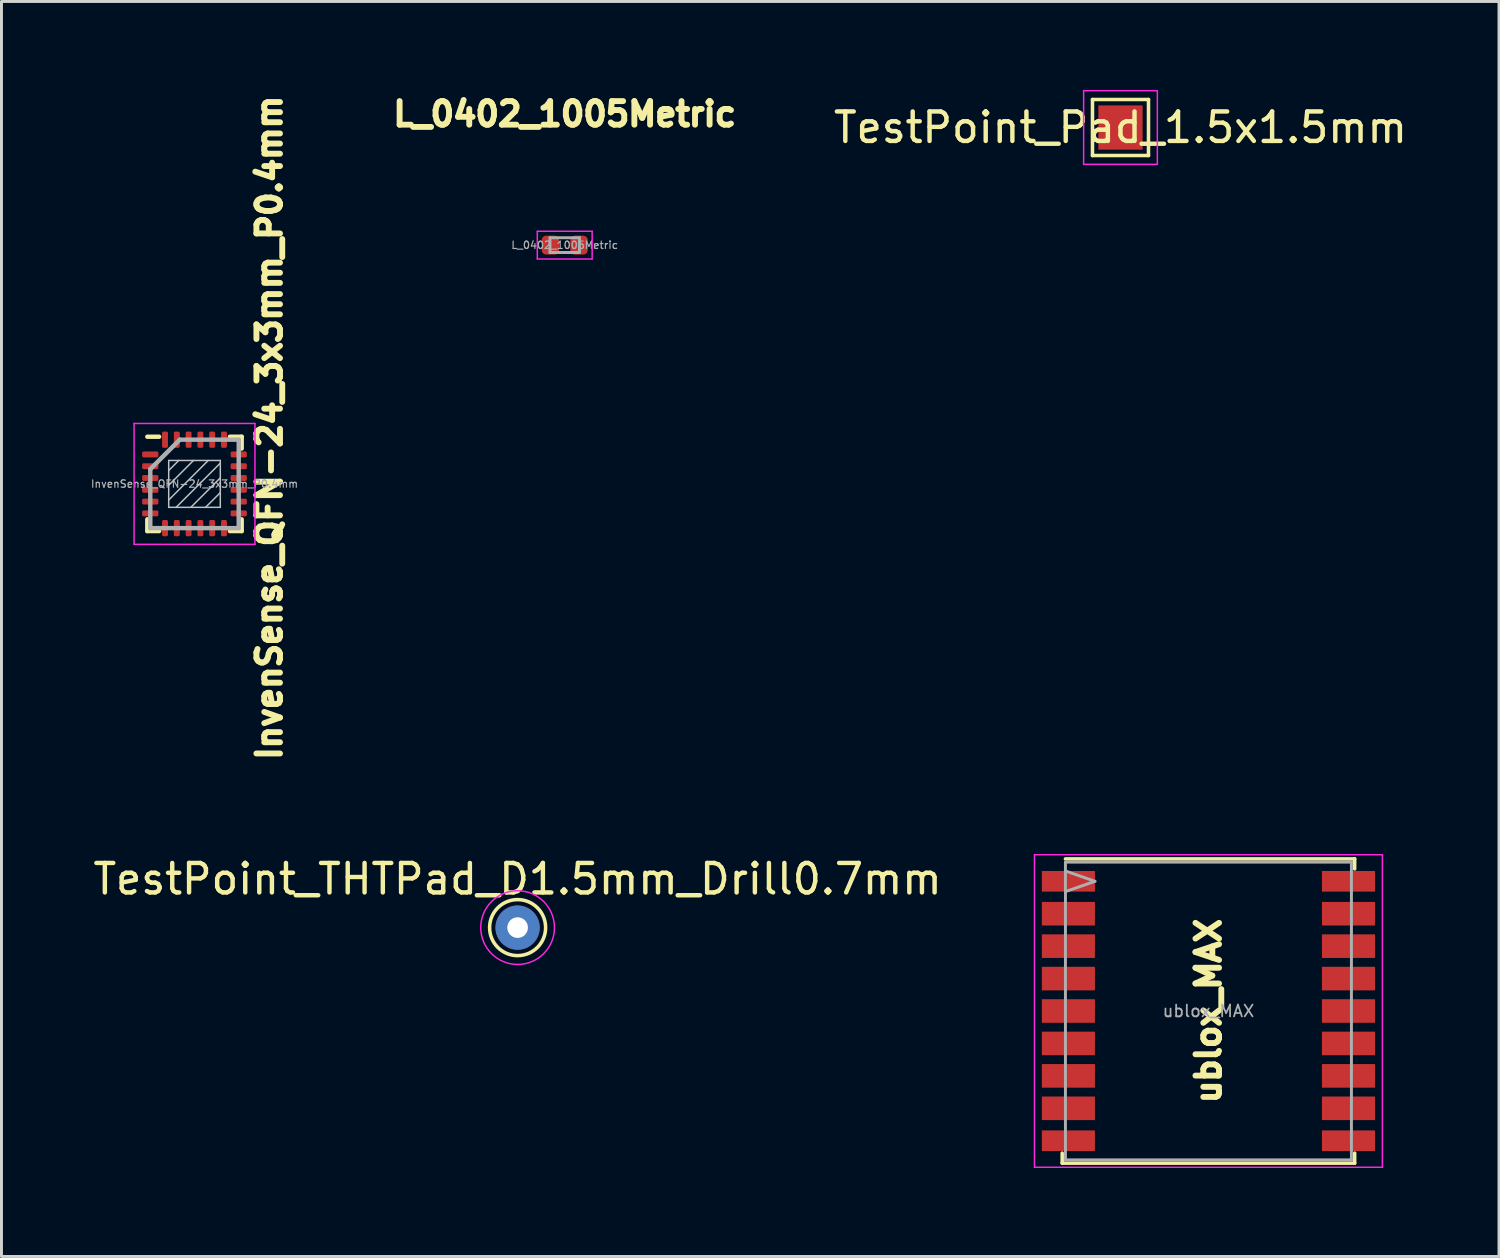
<source format=kicad_pcb>
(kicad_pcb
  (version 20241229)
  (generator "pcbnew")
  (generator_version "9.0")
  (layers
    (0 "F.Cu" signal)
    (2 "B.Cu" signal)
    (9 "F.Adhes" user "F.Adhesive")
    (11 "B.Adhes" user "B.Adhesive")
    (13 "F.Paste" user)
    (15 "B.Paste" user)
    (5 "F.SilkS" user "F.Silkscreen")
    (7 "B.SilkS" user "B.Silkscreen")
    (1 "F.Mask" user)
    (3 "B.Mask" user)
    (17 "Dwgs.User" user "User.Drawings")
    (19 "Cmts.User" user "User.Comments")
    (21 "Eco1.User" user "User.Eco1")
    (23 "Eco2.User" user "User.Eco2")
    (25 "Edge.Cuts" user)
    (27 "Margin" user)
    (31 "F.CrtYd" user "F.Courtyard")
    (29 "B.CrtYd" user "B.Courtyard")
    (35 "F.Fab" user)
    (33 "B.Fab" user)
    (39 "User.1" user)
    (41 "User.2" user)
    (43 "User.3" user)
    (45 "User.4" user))
  (footprint "TestPoint_THTPad_D1.5mm_Drill0.7mm"
    (layer "F.Cu")
    (at 14.506 28.412)
    (property "Reference" "TestPoint_THTPad_D1.5mm_Drill0.7mm" (at 0 -1.648 0) (layer "F.SilkS") (effects (font (size 1 1) (thickness 0.15))))
    (attr exclude_from_pos_files exclude_from_bom)
    (fp_circle (center 0 0) (end 0 0.95) (stroke (width 0.12) (type solid)) (fill no) (layer "F.SilkS"))
    (fp_circle (center 0 0) (end 1.25 0) (stroke (width 0.05) (type solid)) (fill no) (layer "F.CrtYd"))
    (pad "1" thru_hole circle (at 0 0) (size 1.5 1.5) (drill 0.7) (layers "*.Cu" "*.Mask")))
  (footprint "ublox_MAX"
    (layer "F.Cu")
    (at 37.937 31.241)
    (property "Reference" "ublox_MAX" (at 0 0 90) (unlocked yes) (layer "F.SilkS") (effects (font (size 0.8 0.8) (thickness 0.2))))
    (attr smd)
    (fp_line (start -4.96 4.82) (end -4.96 5.16) (stroke (width 0.12) (type solid)) (layer "F.SilkS"))
    (fp_line (start -4.96 5.16) (end 4.96 5.16) (stroke (width 0.12) (type solid)) (layer "F.SilkS"))
    (fp_line (start -4.85 -5.16) (end 4.96 -5.16) (stroke (width 0.12) (type solid)) (layer "F.SilkS"))
    (fp_line (start 4.96 -5.16) (end 4.96 -4.82) (stroke (width 0.12) (type solid)) (layer "F.SilkS"))
    (fp_line (start 4.96 4.82) (end 4.96 5.16) (stroke (width 0.12) (type solid)) (layer "F.SilkS"))
    (fp_line (start -5.9 -5.3) (end -5.9 5.3) (stroke (width 0.05) (type solid)) (layer "F.CrtYd"))
    (fp_line (start -5.9 -5.3) (end 5.9 -5.3) (stroke (width 0.05) (type solid)) (layer "F.CrtYd"))
    (fp_line (start -5.9 5.3) (end 5.9 5.3) (stroke (width 0.05) (type solid)) (layer "F.CrtYd"))
    (fp_line (start 5.9 -5.3) (end 5.9 5.3) (stroke (width 0.05) (type solid)) (layer "F.CrtYd"))
    (fp_line (start -4.85 -5.05) (end -4.85 5.05) (stroke (width 0.1) (type solid)) (layer "F.Fab"))
    (fp_line (start -4.85 -5.05) (end 4.85 -5.05) (stroke (width 0.1) (type solid)) (layer "F.Fab"))
    (fp_line (start -4.85 -4.75) (end -3.85 -4.4) (stroke (width 0.1) (type solid)) (layer "F.Fab"))
    (fp_line (start -4.85 5.05) (end 4.85 5.05) (stroke (width 0.1) (type solid)) (layer "F.Fab"))
    (fp_line (start -3.85 -4.4) (end -4.85 -4.05) (stroke (width 0.1) (type solid)) (layer "F.Fab"))
    (fp_line (start 4.85 -5.05) (end 4.85 5.05) (stroke (width 0.1) (type solid)) (layer "F.Fab"))
    (fp_text user "${REFERENCE}" (at 0 0 0) (layer "F.Fab") (effects (font (size 0.4 0.4) (thickness 0.06))))
    (pad "1" smd rect (at -4.75 -4.4) (size 1.8 0.7) (layers "F.Cu" "F.Mask" "F.Paste"))
    (pad "2" smd rect (at -4.75 -3.3) (size 1.8 0.8) (layers "F.Cu" "F.Mask" "F.Paste"))
    (pad "3" smd rect (at -4.75 -2.2) (size 1.8 0.8) (layers "F.Cu" "F.Mask" "F.Paste"))
    (pad "4" smd rect (at -4.75 -1.1) (size 1.8 0.8) (layers "F.Cu" "F.Mask" "F.Paste"))
    (pad "5" smd rect (at -4.75 0) (size 1.8 0.8) (layers "F.Cu" "F.Mask" "F.Paste"))
    (pad "6" smd rect (at -4.75 1.1) (size 1.8 0.8) (layers "F.Cu" "F.Mask" "F.Paste"))
    (pad "7" smd rect (at -4.75 2.2) (size 1.8 0.8) (layers "F.Cu" "F.Mask" "F.Paste"))
    (pad "8" smd rect (at -4.75 3.3) (size 1.8 0.8) (layers "F.Cu" "F.Mask" "F.Paste"))
    (pad "9" smd rect (at -4.75 4.4) (size 1.8 0.7) (layers "F.Cu" "F.Mask" "F.Paste"))
    (pad "10" smd rect (at 4.75 4.4) (size 1.8 0.7) (layers "F.Cu" "F.Mask" "F.Paste"))
    (pad "11" smd rect (at 4.75 3.3) (size 1.8 0.8) (layers "F.Cu" "F.Mask" "F.Paste"))
    (pad "12" smd rect (at 4.75 2.2) (size 1.8 0.8) (layers "F.Cu" "F.Mask" "F.Paste"))
    (pad "13" smd rect (at 4.75 1.1) (size 1.8 0.8) (layers "F.Cu" "F.Mask" "F.Paste"))
    (pad "14" smd rect (at 4.75 0) (size 1.8 0.8) (layers "F.Cu" "F.Mask" "F.Paste"))
    (pad "15" smd rect (at 4.75 -1.1) (size 1.8 0.8) (layers "F.Cu" "F.Mask" "F.Paste"))
    (pad "16" smd rect (at 4.75 -2.2) (size 1.8 0.8) (layers "F.Cu" "F.Mask" "F.Paste"))
    (pad "17" smd rect (at 4.75 -3.3) (size 1.8 0.8) (layers "F.Cu" "F.Mask" "F.Paste"))
    (pad "18" smd rect (at 4.75 -4.4) (size 1.8 0.7) (layers "F.Cu" "F.Mask" "F.Paste")))
  (footprint "L_0402_1005Metric"
    (layer "F.Cu")
    (at 16.104 5.264)
    (property "Reference" "L_0402_1005Metric" (at 0 -4.445 0) (layer "F.SilkS") (effects (font (size 0.8 0.8) (thickness 0.2))))
    (attr smd)
    (fp_line (start -0.93 -0.47) (end 0.93 -0.47) (stroke (width 0.05) (type solid)) (layer "F.CrtYd"))
    (fp_line (start -0.93 0.47) (end -0.93 -0.47) (stroke (width 0.05) (type solid)) (layer "F.CrtYd"))
    (fp_line (start 0.93 -0.47) (end 0.93 0.47) (stroke (width 0.05) (type solid)) (layer "F.CrtYd"))
    (fp_line (start 0.93 0.47) (end -0.93 0.47) (stroke (width 0.05) (type solid)) (layer "F.CrtYd"))
    (fp_line (start -0.5 -0.25) (end 0.5 -0.25) (stroke (width 0.1) (type solid)) (layer "F.Fab"))
    (fp_line (start -0.5 0.25) (end -0.5 -0.25) (stroke (width 0.1) (type solid)) (layer "F.Fab"))
    (fp_line (start 0.5 -0.25) (end 0.5 0.25) (stroke (width 0.1) (type solid)) (layer "F.Fab"))
    (fp_line (start 0.5 0.25) (end -0.5 0.25) (stroke (width 0.1) (type solid)) (layer "F.Fab"))
    (fp_text user "${REFERENCE}" (at 0 0 0) (layer "F.Fab") (effects (font (size 0.25 0.25) (thickness 0.04))))
    (pad "1" smd roundrect (at -0.485 0) (size 0.59 0.64) (layers "F.Cu" "F.Mask" "F.Paste") (roundrect_rratio 0.25))
    (pad "2" smd roundrect (at 0.485 0) (size 0.59 0.64) (layers "F.Cu" "F.Mask" "F.Paste") (roundrect_rratio 0.25)))
  (footprint "TestPoint_Pad_1.5x1.5mm"
    (layer "F.Cu")
    (at 34.954 1.275)
    (property "Reference" "TestPoint_Pad_1.5x1.5mm" (at 0 0 0) (layer "F.SilkS") (effects (font (size 1 1) (thickness 0.15))))
    (attr exclude_from_pos_files exclude_from_bom)
    (fp_line (start -0.95 -0.95) (end 0.95 -0.95) (stroke (width 0.12) (type solid)) (layer "F.SilkS"))
    (fp_line (start -0.95 0.95) (end -0.95 -0.95) (stroke (width 0.12) (type solid)) (layer "F.SilkS"))
    (fp_line (start 0.95 -0.95) (end 0.95 0.95) (stroke (width 0.12) (type solid)) (layer "F.SilkS"))
    (fp_line (start 0.95 0.95) (end -0.95 0.95) (stroke (width 0.12) (type solid)) (layer "F.SilkS"))
    (fp_line (start -1.25 -1.25) (end -1.25 1.25) (stroke (width 0.05) (type solid)) (layer "F.CrtYd"))
    (fp_line (start -1.25 -1.25) (end 1.25 -1.25) (stroke (width 0.05) (type solid)) (layer "F.CrtYd"))
    (fp_line (start 1.25 1.25) (end -1.25 1.25) (stroke (width 0.05) (type solid)) (layer "F.CrtYd"))
    (fp_line (start 1.25 1.25) (end 1.25 -1.25) (stroke (width 0.05) (type solid)) (layer "F.CrtYd"))
    (pad "1" smd rect (at 0 0) (size 1.5 1.5) (layers "F.Cu" "F.Mask")))
  (footprint "InvenSense_QFN-24_3x3mm_P0.4mm"
    (layer "F.Cu")
    (at 3.547 13.363)
    (property "Reference" "InvenSense_QFN-24_3x3mm_P0.4mm" (at 2.54 -1.905 90) (layer "F.SilkS") (effects (font (size 0.8 0.8) (thickness 0.2))))
    (attr smd)
    (fp_line (start -1.6 -1.6) (end -1.2 -1.6) (stroke (width 0.15) (type solid)) (layer "F.SilkS"))
    (fp_line (start -1.6 1.6) (end -1.6 1.2) (stroke (width 0.15) (type solid)) (layer "F.SilkS"))
    (fp_line (start -1.6 1.6) (end -1.2 1.6) (stroke (width 0.15) (type solid)) (layer "F.SilkS"))
    (fp_line (start 1.6 -1.6) (end 1.2 -1.6) (stroke (width 0.15) (type solid)) (layer "F.SilkS"))
    (fp_line (start 1.6 -1.6) (end 1.6 -1.2) (stroke (width 0.15) (type solid)) (layer "F.SilkS"))
    (fp_line (start 1.6 1.6) (end 1.2 1.6) (stroke (width 0.15) (type solid)) (layer "F.SilkS"))
    (fp_line (start 1.6 1.6) (end 1.6 1.2) (stroke (width 0.15) (type solid)) (layer "F.SilkS"))
    (fp_line (start -0.875 -0.795) (end -0.875 0.795) (stroke (width 0.05) (type solid)) (layer "Dwgs.User"))
    (fp_line (start -0.875 -0.795) (end 0.875 -0.795) (stroke (width 0.05) (type solid)) (layer "Dwgs.User"))
    (fp_line (start -0.875 0.795) (end 0.875 0.795) (stroke (width 0.05) (type solid)) (layer "Dwgs.User"))
    (fp_line (start -0.535 -0.795) (end -0.875 -0.455) (stroke (width 0.05) (type solid)) (layer "Dwgs.User"))
    (fp_line (start -0.035 -0.795) (end -0.875 0.045) (stroke (width 0.05) (type solid)) (layer "Dwgs.User"))
    (fp_line (start 0.465 -0.795) (end -0.875 0.545) (stroke (width 0.05) (type solid)) (layer "Dwgs.User"))
    (fp_line (start 0.875 -0.795) (end 0.875 0.795) (stroke (width 0.05) (type solid)) (layer "Dwgs.User"))
    (fp_line (start 0.875 -0.705) (end -0.625 0.795) (stroke (width 0.05) (type solid)) (layer "Dwgs.User"))
    (fp_line (start 0.875 -0.205) (end -0.125 0.795) (stroke (width 0.05) (type solid)) (layer "Dwgs.User"))
    (fp_line (start 0.875 0.295) (end 0.375 0.795) (stroke (width 0.05) (type solid)) (layer "Dwgs.User"))
    (fp_line (start -2.05 -2.05) (end 2.05 -2.05) (stroke (width 0.05) (type solid)) (layer "F.CrtYd"))
    (fp_line (start -2.05 2.05) (end -2.05 -2.05) (stroke (width 0.05) (type solid)) (layer "F.CrtYd"))
    (fp_line (start 2.05 -2.05) (end 2.05 2.05) (stroke (width 0.05) (type solid)) (layer "F.CrtYd"))
    (fp_line (start 2.05 2.05) (end -2.05 2.05) (stroke (width 0.05) (type solid)) (layer "F.CrtYd"))
    (fp_line (start -1.5 -0.5) (end -0.5 -1.5) (stroke (width 0.15) (type solid)) (layer "F.Fab"))
    (fp_line (start -1.5 1.5) (end -1.5 -0.5) (stroke (width 0.15) (type solid)) (layer "F.Fab"))
    (fp_line (start -0.5 -1.5) (end 1.5 -1.5) (stroke (width 0.15) (type solid)) (layer "F.Fab"))
    (fp_line (start 1.5 -1.5) (end 1.5 1.5) (stroke (width 0.15) (type solid)) (layer "F.Fab"))
    (fp_line (start 1.5 1.5) (end -1.5 1.5) (stroke (width 0.15) (type solid)) (layer "F.Fab"))
    (fp_text user "${REFERENCE}" (at 0 0 180) (layer "F.Fab") (effects (font (size 0.25 0.25) (thickness 0.04))))
    (pad "1" smd roundrect (at -1.5 -1) (size 0.55 0.2) (layers "F.Cu" "F.Mask" "F.Paste") (roundrect_rratio 0.25))
    (pad "2" smd roundrect (at -1.5 -0.6) (size 0.55 0.2) (layers "F.Cu" "F.Mask" "F.Paste") (roundrect_rratio 0.25))
    (pad "3" smd roundrect (at -1.5 -0.2) (size 0.55 0.2) (layers "F.Cu" "F.Mask" "F.Paste") (roundrect_rratio 0.25))
    (pad "4" smd roundrect (at -1.5 0.2) (size 0.55 0.2) (layers "F.Cu" "F.Mask" "F.Paste") (roundrect_rratio 0.25))
    (pad "5" smd roundrect (at -1.5 0.6) (size 0.55 0.2) (layers "F.Cu" "F.Mask" "F.Paste") (roundrect_rratio 0.25))
    (pad "6" smd roundrect (at -1.5 1) (size 0.55 0.2) (layers "F.Cu" "F.Mask" "F.Paste") (roundrect_rratio 0.25))
    (pad "7" smd roundrect (at -1 1.5 90) (size 0.55 0.2) (layers "F.Cu" "F.Mask" "F.Paste") (roundrect_rratio 0.25))
    (pad "8" smd roundrect (at -0.6 1.5 90) (size 0.55 0.2) (layers "F.Cu" "F.Mask" "F.Paste") (roundrect_rratio 0.25))
    (pad "9" smd roundrect (at -0.2 1.5 90) (size 0.55 0.2) (layers "F.Cu" "F.Mask" "F.Paste") (roundrect_rratio 0.25))
    (pad "10" smd roundrect (at 0.2 1.5 90) (size 0.55 0.2) (layers "F.Cu" "F.Mask" "F.Paste") (roundrect_rratio 0.25))
    (pad "11" smd roundrect (at 0.6 1.5 90) (size 0.55 0.2) (layers "F.Cu" "F.Mask" "F.Paste") (roundrect_rratio 0.25))
    (pad "12" smd roundrect (at 1 1.5 90) (size 0.55 0.2) (layers "F.Cu" "F.Mask" "F.Paste") (roundrect_rratio 0.25))
    (pad "13" smd roundrect (at 1.5 1) (size 0.55 0.2) (layers "F.Cu" "F.Mask" "F.Paste") (roundrect_rratio 0.25))
    (pad "14" smd roundrect (at 1.5 0.6) (size 0.55 0.2) (layers "F.Cu" "F.Mask" "F.Paste") (roundrect_rratio 0.25))
    (pad "15" smd roundrect (at 1.5 0.2) (size 0.55 0.2) (layers "F.Cu" "F.Mask" "F.Paste") (roundrect_rratio 0.25))
    (pad "16" smd roundrect (at 1.5 -0.2) (size 0.55 0.2) (layers "F.Cu" "F.Mask" "F.Paste") (roundrect_rratio 0.25))
    (pad "17" smd roundrect (at 1.5 -0.6) (size 0.55 0.2) (layers "F.Cu" "F.Mask" "F.Paste") (roundrect_rratio 0.25))
    (pad "18" smd roundrect (at 1.5 -1) (size 0.55 0.2) (layers "F.Cu" "F.Mask" "F.Paste") (roundrect_rratio 0.25))
    (pad "19" smd roundrect (at 1 -1.5 90) (size 0.55 0.2) (layers "F.Cu" "F.Mask" "F.Paste") (roundrect_rratio 0.25))
    (pad "20" smd roundrect (at 0.6 -1.5 90) (size 0.55 0.2) (layers "F.Cu" "F.Mask" "F.Paste") (roundrect_rratio 0.25))
    (pad "21" smd roundrect (at 0.2 -1.5 90) (size 0.55 0.2) (layers "F.Cu" "F.Mask" "F.Paste") (roundrect_rratio 0.25))
    (pad "22" smd roundrect (at -0.2 -1.5 90) (size 0.55 0.2) (layers "F.Cu" "F.Mask" "F.Paste") (roundrect_rratio 0.25))
    (pad "23" smd roundrect (at -0.6 -1.5 90) (size 0.55 0.2) (layers "F.Cu" "F.Mask" "F.Paste") (roundrect_rratio 0.25))
    (pad "24" smd roundrect (at -1 -1.5 90) (size 0.55 0.2) (layers "F.Cu" "F.Mask" "F.Paste") (roundrect_rratio 0.25)))
  (gr_rect
    (start -3 -3)
    (end 47.793 39.566)
    (stroke (width 0.1) (type default))
    (fill no)
    (layer "Edge.Cuts")))
</source>
